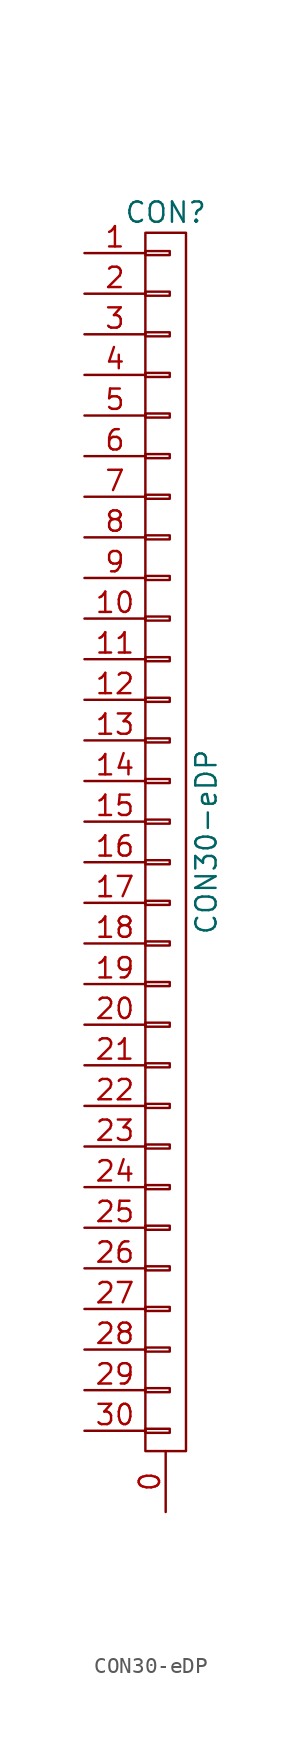
<source format=kicad_sym>
(kicad_symbol_lib
  (version 20220914)
  (generator kicad_symbol_editor)
  (symbol "CON30-eDP"
    (pin_names
      (offset 1.016) hide)
    (property "Reference" "CON"
      (at 0 40.64 0)
      (effects (font (size 1.27 1.27))))
    (property "Value" "CON30-eDP"
      (at 2.54 1.27 90)
      (effects (font (size 1.27 1.27))))
    (property "Footprint" ""
      (at 0 1.27 0)
      (effects (font (size 1.27 1.27))))
    (property "Datasheet" ""
      (at 0 1.27 0)
      (effects (font (size 1.27 1.27))))
    (symbol "CON30-eDP_0_1"
      (rectangle (start -1.27 -36.83) (end 1.27 39.37) (stroke (width 0) (type solid)) (fill (type none)))
      (rectangle (start -1.27 -35.433) (end 0.254 -35.687) (stroke (width 0) (type solid)) (fill (type none)))
      (rectangle (start -1.27 -32.893) (end 0.254 -33.147) (stroke (width 0) (type solid)) (fill (type none)))
      (rectangle (start -1.27 -30.353) (end 0.254 -30.607) (stroke (width 0) (type solid)) (fill (type none)))
      (rectangle (start -1.27 -27.813) (end 0.254 -28.067) (stroke (width 0) (type solid)) (fill (type none)))
      (rectangle (start -1.27 -25.273) (end 0.254 -25.527) (stroke (width 0) (type solid)) (fill (type none)))
      (rectangle (start -1.27 -22.733) (end 0.254 -22.987) (stroke (width 0) (type solid)) (fill (type none)))
      (rectangle (start -1.27 -20.193) (end 0.254 -20.447) (stroke (width 0) (type solid)) (fill (type none)))
      (rectangle (start -1.27 -17.653) (end 0.254 -17.907) (stroke (width 0) (type solid)) (fill (type none)))
      (rectangle (start -1.27 -15.113) (end 0.254 -15.367) (stroke (width 0) (type solid)) (fill (type none)))
      (rectangle (start -1.27 -12.573) (end 0.254 -12.827) (stroke (width 0) (type solid)) (fill (type none)))
      (rectangle (start -1.27 -10.033) (end 0.254 -10.287) (stroke (width 0) (type solid)) (fill (type none)))
      (rectangle (start -1.27 -7.493) (end 0.254 -7.747) (stroke (width 0) (type solid)) (fill (type none)))
      (rectangle (start -1.27 -4.953) (end 0.254 -5.207) (stroke (width 0) (type solid)) (fill (type none)))
      (rectangle (start -1.27 -2.413) (end 0.254 -2.667) (stroke (width 0) (type solid)) (fill (type none)))
      (rectangle (start -1.27 0.127) (end 0.254 -0.127) (stroke (width 0) (type solid)) (fill (type none)))
      (rectangle (start -1.27 2.667) (end 0.254 2.413) (stroke (width 0) (type solid)) (fill (type none)))
      (rectangle (start -1.27 5.207) (end 0.254 4.953) (stroke (width 0) (type solid)) (fill (type none)))
      (rectangle (start -1.27 7.747) (end 0.254 7.493) (stroke (width 0) (type solid)) (fill (type none)))
      (rectangle (start -1.27 10.287) (end 0.254 10.033) (stroke (width 0) (type solid)) (fill (type none)))
      (rectangle (start -1.27 12.827) (end 0.254 12.573) (stroke (width 0) (type solid)) (fill (type none)))
      (rectangle (start -1.27 15.367) (end 0.254 15.113) (stroke (width 0) (type solid)) (fill (type none)))
      (rectangle (start -1.27 17.907) (end 0.254 17.653) (stroke (width 0) (type solid)) (fill (type none)))
      (rectangle (start -1.27 20.447) (end 0.254 20.193) (stroke (width 0) (type solid)) (fill (type none)))
      (rectangle (start -1.27 22.987) (end 0.254 22.733) (stroke (width 0) (type solid)) (fill (type none)))
      (rectangle (start -1.27 25.527) (end 0.254 25.273) (stroke (width 0) (type solid)) (fill (type none)))
      (rectangle (start -1.27 28.067) (end 0.254 27.813) (stroke (width 0) (type solid)) (fill (type none)))
      (rectangle (start -1.27 30.607) (end 0.254 30.353) (stroke (width 0) (type solid)) (fill (type none)))
      (rectangle (start -1.27 33.147) (end 0.254 32.893) (stroke (width 0) (type solid)) (fill (type none)))
      (rectangle (start -1.27 35.687) (end 0.254 35.433) (stroke (width 0) (type solid)) (fill (type none)))
      (rectangle (start -1.27 38.227) (end 0.254 37.973) (stroke (width 0) (type solid)) (fill (type none))))
    (symbol "CON30-eDP_1_1"
      (pin passive line (at 0 -40.64 90) (length 3.81) (name "P0" (effects (font (size 1.27 1.27)))) (number "0" (effects (font (size 1.27 1.27)))))
      (pin passive line (at -5.08 38.1 0) (length 3.81) (name "P1" (effects (font (size 1.27 1.27)))) (number "1" (effects (font (size 1.27 1.27)))))
      (pin passive line (at -5.08 15.24 0) (length 3.81) (name "P10" (effects (font (size 1.27 1.27)))) (number "10" (effects (font (size 1.27 1.27)))))
      (pin passive line (at -5.08 12.7 0) (length 3.81) (name "P11" (effects (font (size 1.27 1.27)))) (number "11" (effects (font (size 1.27 1.27)))))
      (pin passive line (at -5.08 10.16 0) (length 3.81) (name "P12" (effects (font (size 1.27 1.27)))) (number "12" (effects (font (size 1.27 1.27)))))
      (pin passive line (at -5.08 7.62 0) (length 3.81) (name "P13" (effects (font (size 1.27 1.27)))) (number "13" (effects (font (size 1.27 1.27)))))
      (pin passive line (at -5.08 5.08 0) (length 3.81) (name "P14" (effects (font (size 1.27 1.27)))) (number "14" (effects (font (size 1.27 1.27)))))
      (pin passive line (at -5.08 2.54 0) (length 3.81) (name "P15" (effects (font (size 1.27 1.27)))) (number "15" (effects (font (size 1.27 1.27)))))
      (pin passive line (at -5.08 0 0) (length 3.81) (name "P16" (effects (font (size 1.27 1.27)))) (number "16" (effects (font (size 1.27 1.27)))))
      (pin passive line (at -5.08 -2.54 0) (length 3.81) (name "P17" (effects (font (size 1.27 1.27)))) (number "17" (effects (font (size 1.27 1.27)))))
      (pin passive line (at -5.08 -5.08 0) (length 3.81) (name "P18" (effects (font (size 1.27 1.27)))) (number "18" (effects (font (size 1.27 1.27)))))
      (pin passive line (at -5.08 -7.62 0) (length 3.81) (name "P19" (effects (font (size 1.27 1.27)))) (number "19" (effects (font (size 1.27 1.27)))))
      (pin passive line (at -5.08 35.56 0) (length 3.81) (name "P2" (effects (font (size 1.27 1.27)))) (number "2" (effects (font (size 1.27 1.27)))))
      (pin passive line (at -5.08 -10.16 0) (length 3.81) (name "P20" (effects (font (size 1.27 1.27)))) (number "20" (effects (font (size 1.27 1.27)))))
      (pin passive line (at -5.08 -12.7 0) (length 3.81) (name "P21" (effects (font (size 1.27 1.27)))) (number "21" (effects (font (size 1.27 1.27)))))
      (pin passive line (at -5.08 -15.24 0) (length 3.81) (name "P22" (effects (font (size 1.27 1.27)))) (number "22" (effects (font (size 1.27 1.27)))))
      (pin passive line (at -5.08 -17.78 0) (length 3.81) (name "P23" (effects (font (size 1.27 1.27)))) (number "23" (effects (font (size 1.27 1.27)))))
      (pin passive line (at -5.08 -20.32 0) (length 3.81) (name "P24" (effects (font (size 1.27 1.27)))) (number "24" (effects (font (size 1.27 1.27)))))
      (pin passive line (at -5.08 -22.86 0) (length 3.81) (name "P25" (effects (font (size 1.27 1.27)))) (number "25" (effects (font (size 1.27 1.27)))))
      (pin passive line (at -5.08 -25.4 0) (length 3.81) (name "P26" (effects (font (size 1.27 1.27)))) (number "26" (effects (font (size 1.27 1.27)))))
      (pin passive line (at -5.08 -27.94 0) (length 3.81) (name "P27" (effects (font (size 1.27 1.27)))) (number "27" (effects (font (size 1.27 1.27)))))
      (pin passive line (at -5.08 -30.48 0) (length 3.81) (name "P28" (effects (font (size 1.27 1.27)))) (number "28" (effects (font (size 1.27 1.27)))))
      (pin passive line (at -5.08 -33.02 0) (length 3.81) (name "P29" (effects (font (size 1.27 1.27)))) (number "29" (effects (font (size 1.27 1.27)))))
      (pin passive line (at -5.08 33.02 0) (length 3.81) (name "P3" (effects (font (size 1.27 1.27)))) (number "3" (effects (font (size 1.27 1.27)))))
      (pin passive line (at -5.08 -35.56 0) (length 3.81) (name "P30" (effects (font (size 1.27 1.27)))) (number "30" (effects (font (size 1.27 1.27)))))
      (pin passive line (at -5.08 30.48 0) (length 3.81) (name "P4" (effects (font (size 1.27 1.27)))) (number "4" (effects (font (size 1.27 1.27)))))
      (pin passive line (at -5.08 27.94 0) (length 3.81) (name "P5" (effects (font (size 1.27 1.27)))) (number "5" (effects (font (size 1.27 1.27)))))
      (pin passive line (at -5.08 25.4 0) (length 3.81) (name "P6" (effects (font (size 1.27 1.27)))) (number "6" (effects (font (size 1.27 1.27)))))
      (pin passive line (at -5.08 22.86 0) (length 3.81) (name "P7" (effects (font (size 1.27 1.27)))) (number "7" (effects (font (size 1.27 1.27)))))
      (pin passive line (at -5.08 20.32 0) (length 3.81) (name "P8" (effects (font (size 1.27 1.27)))) (number "8" (effects (font (size 1.27 1.27)))))
      (pin passive line (at -5.08 17.78 0) (length 3.81) (name "P9" (effects (font (size 1.27 1.27)))) (number "9" (effects (font (size 1.27 1.27))))))))
</source>
